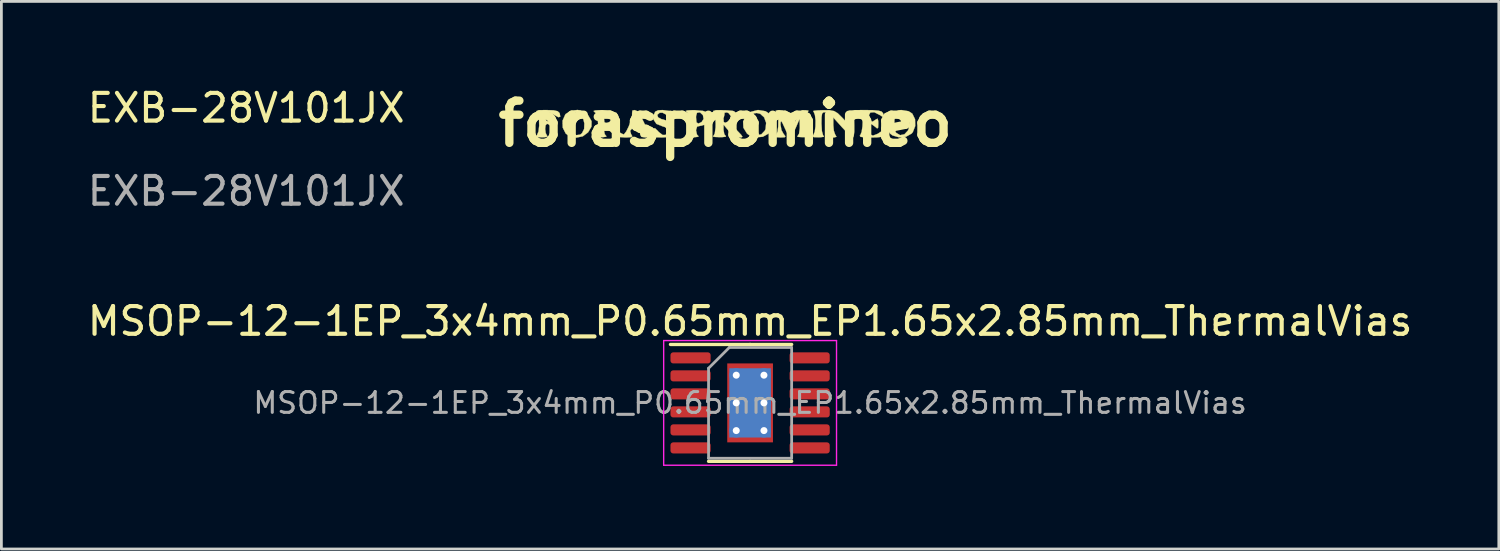
<source format=kicad_pcb>
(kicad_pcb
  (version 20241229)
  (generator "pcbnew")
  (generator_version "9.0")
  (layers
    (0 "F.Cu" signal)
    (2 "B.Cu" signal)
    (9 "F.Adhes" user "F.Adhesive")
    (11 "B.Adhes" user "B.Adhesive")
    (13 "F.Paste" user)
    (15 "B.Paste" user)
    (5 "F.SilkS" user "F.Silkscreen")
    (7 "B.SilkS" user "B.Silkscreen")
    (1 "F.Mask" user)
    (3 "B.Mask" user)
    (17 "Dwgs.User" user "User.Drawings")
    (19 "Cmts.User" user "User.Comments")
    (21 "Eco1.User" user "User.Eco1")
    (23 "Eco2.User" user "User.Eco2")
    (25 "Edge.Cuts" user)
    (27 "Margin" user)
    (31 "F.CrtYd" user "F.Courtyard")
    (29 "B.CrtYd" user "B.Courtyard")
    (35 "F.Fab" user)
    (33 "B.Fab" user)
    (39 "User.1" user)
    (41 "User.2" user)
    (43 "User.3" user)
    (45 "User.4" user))
  (footprint "EXB-28V101JX"
    (layer "F.Cu")
    (at 5.839 1.348)
    (property "Reference" "EXB-28V101JX" (at 0 -0.5 0) (unlocked yes) (layer "F.SilkS") (effects (font (size 1 1) (thickness 0.15))))
    (attr smd)
    (fp_text user "${REFERENCE}" (at 0 2.5 0) (unlocked yes) (layer "F.Fab") (effects (font (size 1 1) (thickness 0.15)))))
  (footprint "foraspromineo"
    (layer "F.Cu")
    (at 23.14 1.418)
    (property "Reference" "foraspromineo" (at 0 0 0) (layer "F.SilkS") (effects (font (size 1.524 1.524) (thickness 0.3))))
    (attr through_hole)
    (fp_poly (pts (xy -5.095 -0.426) (xy -4.958 -0.309) (xy -4.833 -0.093) (xy -4.837 0.104) (xy -4.958 0.309) (xy -5.149 0.453) (xy -5.389 0.502) (xy -5.625 0.455) (xy -5.767 0.353) (xy -5.875 0.138) (xy -5.879 -0.018) (xy -5.664 -0.018) (xy -5.615 0.187) (xy -5.543 0.295) (xy -5.387 0.411) (xy -5.242 0.391) (xy -5.179 0.34) (xy -5.102 0.186) (xy -5.094 -0.014) (xy -5.144 -0.214) (xy -5.24 -0.366) (xy -5.365 -0.425) (xy -5.529 -0.365) (xy -5.632 -0.216) (xy -5.664 -0.018) (xy -5.879 -0.018) (xy -5.881 -0.111) (xy -5.784 -0.332) (xy -5.767 -0.353) (xy -5.57 -0.476) (xy -5.329 -0.499) (xy -5.095 -0.426)) (stroke (width 0.01) (type solid)) (fill yes) (layer "F.SilkS"))
    (fp_poly (pts (xy 1.447 -0.453) (xy 1.581 -0.366) (xy 1.68 -0.163) (xy 1.686 0.081) (xy 1.6 0.301) (xy 1.557 0.354) (xy 1.352 0.469) (xy 1.101 0.491) (xy 0.867 0.421) (xy 0.778 0.354) (xy 0.648 0.143) (xy 0.637 -0.08) (xy 0.639 -0.083) (xy 0.933 -0.083) (xy 0.939 0.133) (xy 0.979 0.297) (xy 0.998 0.327) (xy 1.141 0.411) (xy 1.297 0.38) (xy 1.423 0.245) (xy 1.447 0.19) (xy 1.469 -0.033) (xy 1.397 -0.231) (xy 1.253 -0.361) (xy 1.129 -0.389) (xy 1.019 -0.373) (xy 0.962 -0.298) (xy 0.936 -0.126) (xy 0.933 -0.083) (xy 0.639 -0.083) (xy 0.73 -0.281) (xy 0.911 -0.43) (xy 1.164 -0.495) (xy 1.192 -0.495) (xy 1.447 -0.453)) (stroke (width 0.01) (type solid)) (fill yes) (layer "F.SilkS"))
    (fp_poly (pts (xy 6.612 -0.453) (xy 6.746 -0.366) (xy 6.845 -0.163) (xy 6.851 0.081) (xy 6.765 0.301) (xy 6.721 0.354) (xy 6.517 0.469) (xy 6.266 0.491) (xy 6.032 0.421) (xy 5.943 0.354) (xy 5.813 0.143) (xy 5.802 -0.08) (xy 5.804 -0.083) (xy 6.098 -0.083) (xy 6.103 0.133) (xy 6.144 0.297) (xy 6.163 0.327) (xy 6.306 0.411) (xy 6.462 0.38) (xy 6.587 0.245) (xy 6.612 0.19) (xy 6.634 -0.033) (xy 6.562 -0.231) (xy 6.418 -0.361) (xy 6.294 -0.389) (xy 6.183 -0.373) (xy 6.127 -0.298) (xy 6.101 -0.126) (xy 6.098 -0.083) (xy 5.804 -0.083) (xy 5.895 -0.281) (xy 6.076 -0.43) (xy 6.329 -0.495) (xy 6.357 -0.495) (xy 6.612 -0.453)) (stroke (width 0.01) (type solid)) (fill yes) (layer "F.SilkS"))
    (fp_poly (pts (xy -2.054 -0.468) (xy -1.953 -0.382) (xy -1.952 -0.379) (xy -1.931 -0.252) (xy -1.994 -0.231) (xy -2.119 -0.316) (xy -2.267 -0.397) (xy -2.373 -0.398) (xy -2.46 -0.322) (xy -2.432 -0.233) (xy -2.307 -0.166) (xy -2.248 -0.155) (xy -2.058 -0.086) (xy -1.942 0.004) (xy -1.859 0.136) (xy -1.88 0.278) (xy -1.898 0.319) (xy -1.971 0.431) (xy -2.087 0.483) (xy -2.293 0.495) (xy -2.298 0.495) (xy -2.495 0.488) (xy -2.589 0.452) (xy -2.617 0.367) (xy -2.618 0.318) (xy -2.602 0.175) (xy -2.544 0.159) (xy -2.432 0.268) (xy -2.41 0.295) (xy -2.268 0.404) (xy -2.169 0.403) (xy -2.061 0.315) (xy -2.071 0.207) (xy -2.187 0.118) (xy -2.262 0.096) (xy -2.493 0.005) (xy -2.596 -0.149) (xy -2.589 -0.317) (xy -2.537 -0.436) (xy -2.432 -0.486) (xy -2.27 -0.495) (xy -2.054 -0.468)) (stroke (width 0.01) (type solid)) (fill yes) (layer "F.SilkS"))
    (fp_poly (pts (xy -6.204 -0.486) (xy -6.057 -0.453) (xy -5.989 -0.389) (xy -5.984 -0.379) (xy -5.963 -0.254) (xy -6.032 -0.236) (xy -6.167 -0.311) (xy -6.356 -0.411) (xy -6.47 -0.392) (xy -6.509 -0.254) (xy -6.509 -0.248) (xy -6.467 -0.105) (xy -6.361 -0.078) (xy -6.24 -0.156) (xy -6.182 -0.185) (xy -6.158 -0.101) (xy -6.155 -0.009) (xy -6.162 0.141) (xy -6.196 0.17) (xy -6.267 0.111) (xy -6.383 0.022) (xy -6.443 0) (xy -6.494 0.058) (xy -6.508 0.19) (xy -6.488 0.337) (xy -6.437 0.438) (xy -6.421 0.448) (xy -6.426 0.471) (xy -6.542 0.487) (xy -6.612 0.49) (xy -6.784 0.484) (xy -6.835 0.453) (xy -6.806 0.41) (xy -6.75 0.28) (xy -6.725 0.071) (xy -6.731 -0.156) (xy -6.768 -0.342) (xy -6.806 -0.41) (xy -6.824 -0.458) (xy -6.744 -0.485) (xy -6.549 -0.495) (xy -6.46 -0.495) (xy -6.204 -0.486)) (stroke (width 0.01) (type solid)) (fill yes) (layer "F.SilkS"))
    (fp_poly (pts (xy -0.811 -0.465) (xy -0.598 -0.382) (xy -0.5 -0.253) (xy -0.495 -0.212) (xy -0.556 -0.09) (xy -0.699 0.017) (xy -0.869 0.07) (xy -0.889 0.071) (xy -1.022 0.102) (xy -1.061 0.223) (xy -1.061 0.242) (xy -1.029 0.387) (xy -0.973 0.448) (xy -0.981 0.47) (xy -1.102 0.484) (xy -1.203 0.488) (xy -1.387 0.483) (xy -1.445 0.462) (xy -1.397 0.419) (xy -1.315 0.323) (xy -1.278 0.139) (xy -1.274 0) (xy -1.289 -0.217) (xy -1.061 -0.217) (xy -1.044 -0.051) (xy -0.978 -0.008) (xy -0.86 -0.063) (xy -0.79 -0.174) (xy -0.813 -0.31) (xy -0.912 -0.404) (xy -0.938 -0.411) (xy -1.027 -0.396) (xy -1.06 -0.281) (xy -1.061 -0.217) (xy -1.289 -0.217) (xy -1.291 -0.242) (xy -1.349 -0.378) (xy -1.397 -0.419) (xy -1.437 -0.46) (xy -1.368 -0.483) (xy -1.176 -0.493) (xy -1.119 -0.493) (xy -0.811 -0.465)) (stroke (width 0.01) (type solid)) (fill yes) (layer "F.SilkS"))
    (fp_poly (pts (xy 0.068 -0.485) (xy 0.253 -0.467) (xy 0.313 -0.452) (xy 0.4 -0.355) (xy 0.42 -0.204) (xy 0.371 -0.068) (xy 0.314 -0.024) (xy 0.263 0.021) (xy 0.298 0.104) (xy 0.428 0.251) (xy 0.434 0.257) (xy 0.57 0.401) (xy 0.614 0.471) (xy 0.573 0.494) (xy 0.491 0.496) (xy 0.308 0.432) (xy 0.126 0.266) (xy -0.067 0.035) (xy -0.069 0.224) (xy -0.041 0.377) (xy 0.018 0.448) (xy 0.009 0.469) (xy -0.111 0.482) (xy -0.212 0.484) (xy -0.381 0.477) (xy -0.453 0.46) (xy -0.442 0.448) (xy -0.386 0.353) (xy -0.357 0.134) (xy -0.354 0) (xy -0.366 -0.215) (xy -0.071 -0.215) (xy -0.061 -0.068) (xy -0.013 -0.035) (xy 0.075 -0.073) (xy 0.18 -0.179) (xy 0.198 -0.269) (xy 0.117 -0.383) (xy 0.052 -0.411) (xy -0.036 -0.396) (xy -0.069 -0.283) (xy -0.071 -0.215) (xy -0.366 -0.215) (xy -0.369 -0.27) (xy -0.414 -0.422) (xy -0.442 -0.448) (xy -0.43 -0.469) (xy -0.306 -0.484) (xy -0.165 -0.49) (xy 0.068 -0.485)) (stroke (width 0.01) (type solid)) (fill yes) (layer "F.SilkS"))
    (fp_poly (pts (xy 2.994 -0.476) (xy 2.991 -0.449) (xy 2.989 -0.448) (xy 2.933 -0.353) (xy 2.904 -0.134) (xy 2.901 0) (xy 2.916 0.27) (xy 2.961 0.422) (xy 2.989 0.448) (xy 2.984 0.47) (xy 2.867 0.483) (xy 2.795 0.484) (xy 2.641 0.477) (xy 2.587 0.458) (xy 2.6 0.448) (xy 2.658 0.357) (xy 2.683 0.167) (xy 2.683 0.118) (xy 2.677 -0.177) (xy 2.533 0.159) (xy 2.442 0.349) (xy 2.368 0.471) (xy 2.339 0.495) (xy 2.286 0.436) (xy 2.201 0.285) (xy 2.143 0.159) (xy 2.057 -0.028) (xy 2.012 -0.097) (xy 1.993 -0.058) (xy 1.988 0.03) (xy 2.022 0.228) (xy 2.098 0.366) (xy 2.166 0.453) (xy 2.137 0.488) (xy 1.989 0.495) (xy 1.978 0.495) (xy 1.827 0.485) (xy 1.797 0.446) (xy 1.825 0.41) (xy 1.878 0.291) (xy 1.905 0.097) (xy 1.908 -0.122) (xy 1.886 -0.316) (xy 1.84 -0.435) (xy 1.822 -0.448) (xy 1.817 -0.475) (xy 1.926 -0.489) (xy 1.934 -0.49) (xy 2.071 -0.472) (xy 2.164 -0.387) (xy 2.245 -0.212) (xy 2.324 -0.039) (xy 2.391 0.061) (xy 2.409 0.071) (xy 2.464 0.011) (xy 2.543 -0.138) (xy 2.574 -0.212) (xy 2.663 -0.395) (xy 2.759 -0.476) (xy 2.883 -0.49) (xy 2.994 -0.476)) (stroke (width 0.01) (type solid)) (fill yes) (layer "F.SilkS"))
    (fp_poly (pts (xy -3.182 -0.454) (xy -3.078 -0.317) (xy -2.951 -0.067) (xy -2.92 0) (xy -2.7 0.495) (xy -2.895 0.495) (xy -3.038 0.472) (xy -3.083 0.379) (xy -3.083 0.338) (xy -3.13 0.196) (xy -3.209 0.155) (xy -3.365 0.166) (xy -3.441 0.252) (xy -3.406 0.377) (xy -3.399 0.386) (xy -3.36 0.453) (xy -3.407 0.485) (xy -3.563 0.495) (xy -3.631 0.495) (xy -3.861 0.477) (xy -4.024 0.401) (xy -4.17 0.265) (xy -4.386 0.035) (xy -4.386 0.224) (xy -4.357 0.377) (xy -4.298 0.448) (xy -4.307 0.47) (xy -4.427 0.484) (xy -4.528 0.488) (xy -4.712 0.483) (xy -4.771 0.462) (xy -4.723 0.419) (xy -4.64 0.323) (xy -4.603 0.139) (xy -4.599 0) (xy -4.614 -0.217) (xy -4.387 -0.217) (xy -4.369 -0.051) (xy -4.303 -0.008) (xy -4.185 -0.063) (xy -4.115 -0.174) (xy -4.138 -0.31) (xy -4.237 -0.404) (xy -4.264 -0.411) (xy -4.352 -0.396) (xy -4.385 -0.281) (xy -4.387 -0.217) (xy -4.614 -0.217) (xy -4.616 -0.242) (xy -4.674 -0.378) (xy -4.723 -0.419) (xy -4.762 -0.46) (xy -4.693 -0.483) (xy -4.501 -0.493) (xy -4.445 -0.493) (xy -4.13 -0.468) (xy -3.933 -0.391) (xy -3.86 -0.266) (xy -3.894 -0.137) (xy -3.986 -0.027) (xy -4.049 0) (xy -4.056 0.044) (xy -3.98 0.154) (xy -3.929 0.21) (xy -3.79 0.331) (xy -3.683 0.383) (xy -3.662 0.379) (xy -3.582 0.277) (xy -3.492 0.095) (xy -3.444 -0.035) (xy -3.325 -0.035) (xy -3.287 0.059) (xy -3.255 0.071) (xy -3.192 0.013) (xy -3.184 -0.035) (xy -3.222 -0.13) (xy -3.255 -0.142) (xy -3.317 -0.084) (xy -3.325 -0.035) (xy -3.444 -0.035) (xy -3.415 -0.115) (xy -3.37 -0.298) (xy -3.371 -0.389) (xy -3.359 -0.477) (xy -3.276 -0.495) (xy -3.182 -0.454)) (stroke (width 0.01) (type solid)) (fill yes) (layer "F.SilkS"))
    (fp_poly (pts (xy 5.319 -0.491) (xy 5.522 -0.474) (xy 5.635 -0.442) (xy 5.686 -0.388) (xy 5.688 -0.383) (xy 5.726 -0.258) (xy 5.687 -0.243) (xy 5.574 -0.314) (xy 5.374 -0.415) (xy 5.233 -0.406) (xy 5.167 -0.29) (xy 5.165 -0.248) (xy 5.207 -0.105) (xy 5.313 -0.078) (xy 5.434 -0.156) (xy 5.492 -0.185) (xy 5.516 -0.101) (xy 5.519 -0.009) (xy 5.512 0.141) (xy 5.478 0.17) (xy 5.407 0.111) (xy 5.272 0.011) (xy 5.192 0.041) (xy 5.165 0.203) (xy 5.165 0.212) (xy 5.207 0.377) (xy 5.324 0.428) (xy 5.5 0.361) (xy 5.558 0.321) (xy 5.703 0.228) (xy 5.763 0.242) (xy 5.751 0.354) (xy 5.714 0.431) (xy 5.629 0.474) (xy 5.465 0.492) (xy 5.249 0.495) (xy 5 0.49) (xy 4.873 0.47) (xy 4.85 0.433) (xy 4.868 0.41) (xy 4.916 0.295) (xy 4.947 0.093) (xy 4.953 -0.054) (xy 4.948 -0.273) (xy 4.924 -0.383) (xy 4.866 -0.417) (xy 4.793 -0.412) (xy 4.707 -0.388) (xy 4.661 -0.326) (xy 4.646 -0.191) (xy 4.651 0.051) (xy 4.651 0.053) (xy 4.651 0.282) (xy 4.633 0.442) (xy 4.605 0.495) (xy 4.529 0.446) (xy 4.39 0.318) (xy 4.219 0.137) (xy 4.216 0.134) (xy 3.891 -0.228) (xy 3.891 0.049) (xy 3.912 0.249) (xy 3.963 0.393) (xy 3.976 0.41) (xy 4.008 0.471) (xy 3.923 0.494) (xy 3.861 0.495) (xy 3.729 0.484) (xy 3.716 0.436) (xy 3.745 0.395) (xy 3.792 0.265) (xy 3.81 0.054) (xy 3.807 -0.048) (xy 3.784 -0.258) (xy 3.738 -0.366) (xy 3.649 -0.408) (xy 3.626 -0.412) (xy 3.538 -0.414) (xy 3.49 -0.368) (xy 3.471 -0.243) (xy 3.467 -0.011) (xy 3.482 0.265) (xy 3.526 0.421) (xy 3.555 0.448) (xy 3.551 0.471) (xy 3.434 0.487) (xy 3.364 0.49) (xy 3.192 0.484) (xy 3.141 0.453) (xy 3.17 0.41) (xy 3.222 0.291) (xy 3.249 0.097) (xy 3.252 -0.122) (xy 3.23 -0.316) (xy 3.184 -0.435) (xy 3.166 -0.448) (xy 3.183 -0.467) (xy 3.313 -0.482) (xy 3.517 -0.49) (xy 3.764 -0.488) (xy 3.925 -0.458) (xy 4.054 -0.38) (xy 4.208 -0.229) (xy 4.241 -0.195) (xy 4.525 0.106) (xy 4.526 -0.11) (xy 4.501 -0.292) (xy 4.443 -0.41) (xy 4.432 -0.452) (xy 4.51 -0.478) (xy 4.695 -0.491) (xy 5.002 -0.495) (xy 5.319 -0.491)) (stroke (width 0.01) (type solid)) (fill yes) (layer "F.SilkS")))
  (footprint "MSOP-12-1EP_3x4mm_P0.65mm_EP1.65x2.85mm_ThermalVias"
    (layer "F.Cu")
    (at 24.03 11.495)
    (property "Reference" "MSOP-12-1EP_3x4mm_P0.65mm_EP1.65x2.85mm_ThermalVias" (at 0 -2.95 0) (layer "F.SilkS") (effects (font (size 1 1) (thickness 0.15))))
    (attr smd)
    (fp_line (start 0 -2.11) (end -2.875 -2.11) (stroke (width 0.12) (type solid)) (layer "F.SilkS"))
    (fp_line (start 0 -2.11) (end 1.5 -2.11) (stroke (width 0.12) (type solid)) (layer "F.SilkS"))
    (fp_line (start 0 2.11) (end -1.5 2.11) (stroke (width 0.12) (type solid)) (layer "F.SilkS"))
    (fp_line (start 0 2.11) (end 1.5 2.11) (stroke (width 0.12) (type solid)) (layer "F.SilkS"))
    (fp_line (start -3.12 -2.25) (end -3.12 2.25) (stroke (width 0.05) (type solid)) (layer "F.CrtYd"))
    (fp_line (start -3.12 2.25) (end 3.12 2.25) (stroke (width 0.05) (type solid)) (layer "F.CrtYd"))
    (fp_line (start 3.12 -2.25) (end -3.12 -2.25) (stroke (width 0.05) (type solid)) (layer "F.CrtYd"))
    (fp_line (start 3.12 2.25) (end 3.12 -2.25) (stroke (width 0.05) (type solid)) (layer "F.CrtYd"))
    (fp_line (start -1.5 -1.25) (end -0.75 -2) (stroke (width 0.1) (type solid)) (layer "F.Fab"))
    (fp_line (start -1.5 2) (end -1.5 -1.25) (stroke (width 0.1) (type solid)) (layer "F.Fab"))
    (fp_line (start -0.75 -2) (end 1.5 -2) (stroke (width 0.1) (type solid)) (layer "F.Fab"))
    (fp_line (start 1.5 -2) (end 1.5 2) (stroke (width 0.1) (type solid)) (layer "F.Fab"))
    (fp_line (start 1.5 2) (end -1.5 2) (stroke (width 0.1) (type solid)) (layer "F.Fab"))
    (fp_text user "${REFERENCE}" (at 0 0 0) (layer "F.Fab") (effects (font (size 0.75 0.75) (thickness 0.11))))
    (pad "" smd roundrect (at -0.41 -0.71) (size 0.69 1.19) (layers "F.Paste") (roundrect_rratio 0.25))
    (pad "" smd roundrect (at -0.41 0.71) (size 0.69 1.19) (layers "F.Paste") (roundrect_rratio 0.25))
    (pad "" smd roundrect (at 0.41 -0.71) (size 0.69 1.19) (layers "F.Paste") (roundrect_rratio 0.25))
    (pad "" smd roundrect (at 0.41 0.71) (size 0.69 1.19) (layers "F.Paste") (roundrect_rratio 0.25))
    (pad "1" smd roundrect (at -2.15 -1.625) (size 1.45 0.4) (layers "F.Cu" "F.Mask" "F.Paste") (roundrect_rratio 0.25))
    (pad "2" smd roundrect (at -2.15 -0.975) (size 1.45 0.4) (layers "F.Cu" "F.Mask" "F.Paste") (roundrect_rratio 0.25))
    (pad "3" smd roundrect (at -2.15 -0.325) (size 1.45 0.4) (layers "F.Cu" "F.Mask" "F.Paste") (roundrect_rratio 0.25))
    (pad "4" smd roundrect (at -2.15 0.325) (size 1.45 0.4) (layers "F.Cu" "F.Mask" "F.Paste") (roundrect_rratio 0.25))
    (pad "5" smd roundrect (at -2.15 0.975) (size 1.45 0.4) (layers "F.Cu" "F.Mask" "F.Paste") (roundrect_rratio 0.25))
    (pad "6" smd roundrect (at -2.15 1.625) (size 1.45 0.4) (layers "F.Cu" "F.Mask" "F.Paste") (roundrect_rratio 0.25))
    (pad "7" smd roundrect (at 2.15 1.625) (size 1.45 0.4) (layers "F.Cu" "F.Mask" "F.Paste") (roundrect_rratio 0.25))
    (pad "8" smd roundrect (at 2.15 0.975) (size 1.45 0.4) (layers "F.Cu" "F.Mask" "F.Paste") (roundrect_rratio 0.25))
    (pad "9" smd roundrect (at 2.15 0.325) (size 1.45 0.4) (layers "F.Cu" "F.Mask" "F.Paste") (roundrect_rratio 0.25))
    (pad "10" smd roundrect (at 2.15 -0.325) (size 1.45 0.4) (layers "F.Cu" "F.Mask" "F.Paste") (roundrect_rratio 0.25))
    (pad "11" smd roundrect (at 2.15 -0.975) (size 1.45 0.4) (layers "F.Cu" "F.Mask" "F.Paste") (roundrect_rratio 0.25))
    (pad "12" smd roundrect (at 2.15 -1.625) (size 1.45 0.4) (layers "F.Cu" "F.Mask" "F.Paste") (roundrect_rratio 0.25))
    (pad "13" thru_hole circle (at -0.5 -1) (size 0.5 0.5) (drill 0.254) (layers "*.Cu"))
    (pad "13" thru_hole circle (at -0.5 0) (size 0.5 0.5) (drill 0.254) (layers "*.Cu"))
    (pad "13" thru_hole circle (at -0.5 1) (size 0.5 0.5) (drill 0.254) (layers "*.Cu"))
    (pad "13" smd rect (at 0 0) (size 1.5 2.5) (layers "B.Cu"))
    (pad "13" smd rect (at 0 0) (size 1.65 2.85) (layers "F.Cu" "F.Mask"))
    (pad "13" thru_hole circle (at 0.5 -1) (size 0.5 0.5) (drill 0.254) (layers "*.Cu"))
    (pad "13" thru_hole circle (at 0.5 0) (size 0.5 0.5) (drill 0.254) (layers "*.Cu"))
    (pad "13" thru_hole circle (at 0.5 1) (size 0.5 0.5) (drill 0.254) (layers "*.Cu")))
  (gr_rect
    (start -3 -3)
    (end 51.06 16.77)
    (stroke (width 0.1) (type default))
    (fill no)
    (layer "Edge.Cuts")))
</source>
